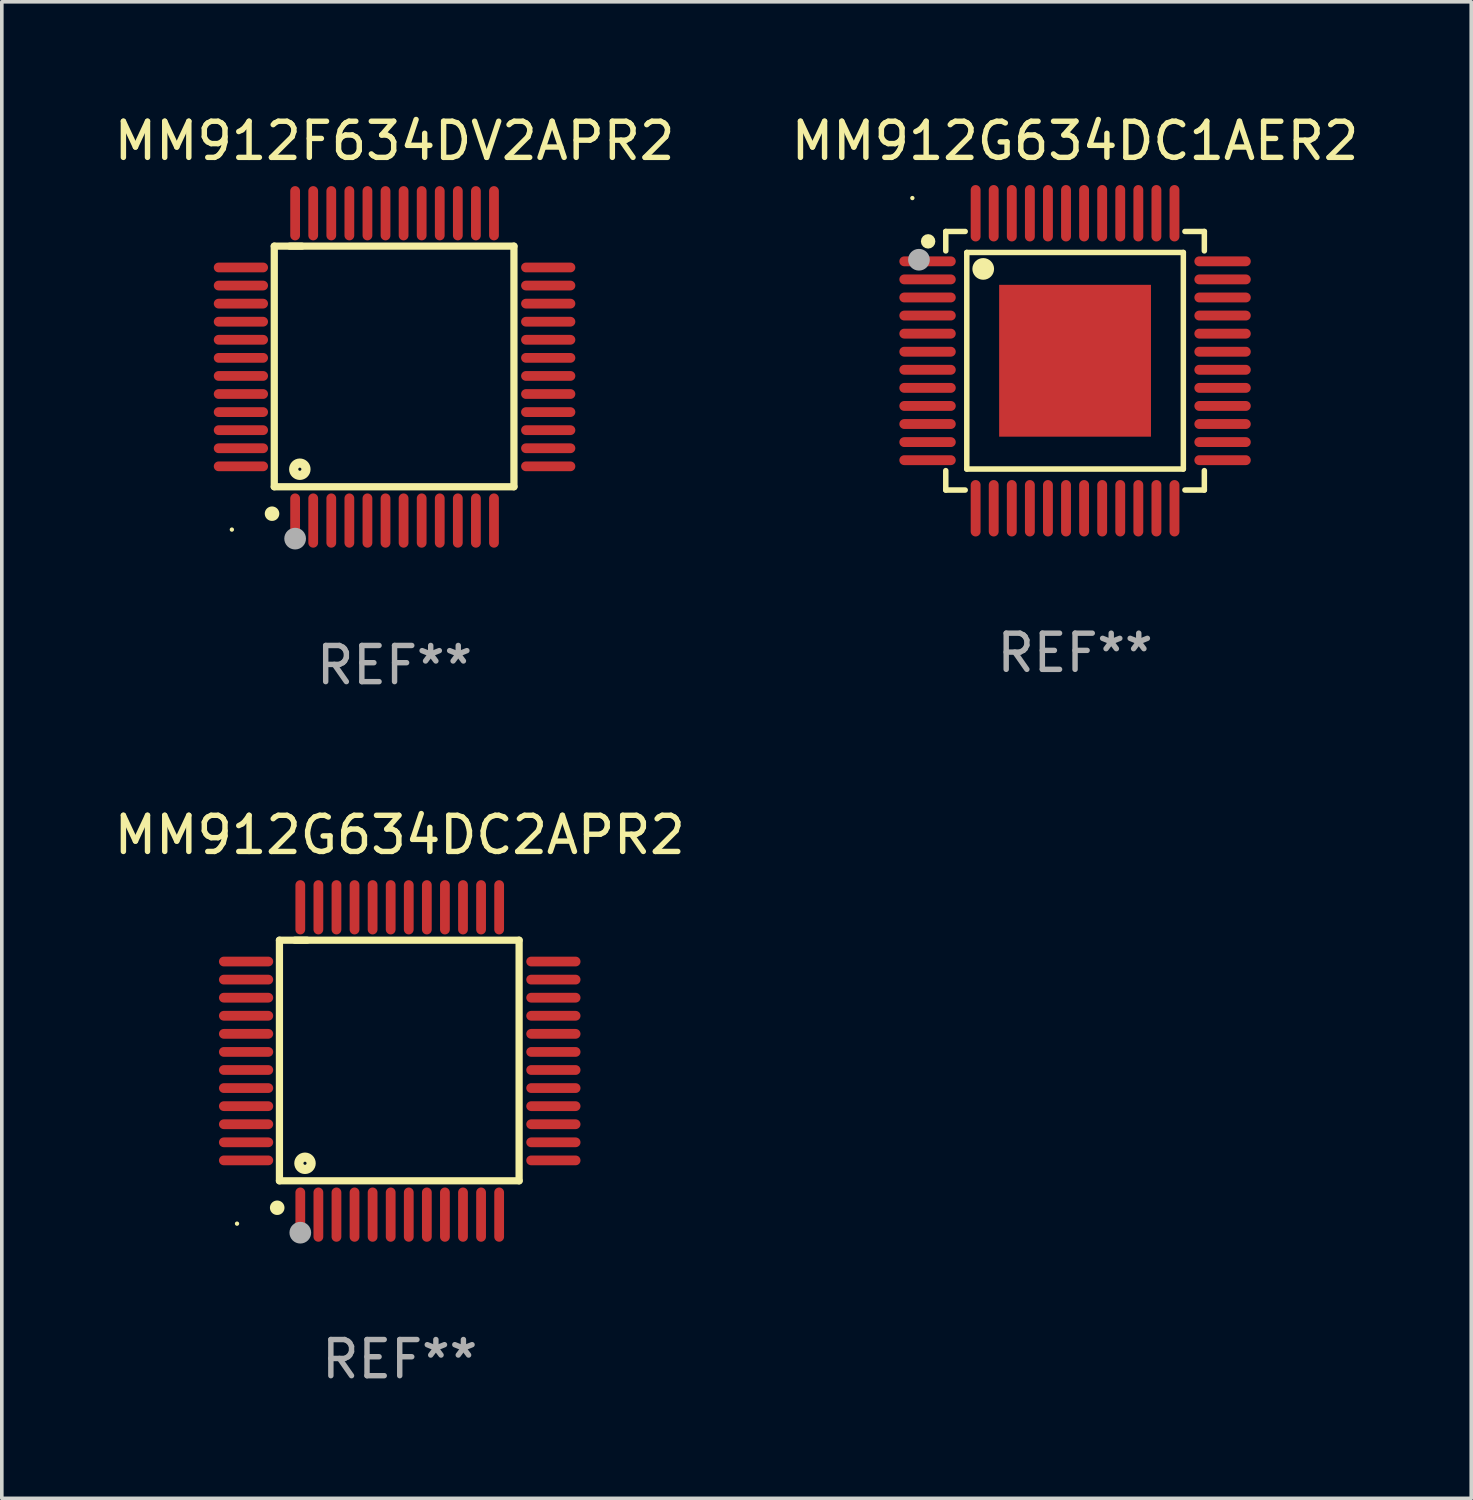
<source format=kicad_pcb>
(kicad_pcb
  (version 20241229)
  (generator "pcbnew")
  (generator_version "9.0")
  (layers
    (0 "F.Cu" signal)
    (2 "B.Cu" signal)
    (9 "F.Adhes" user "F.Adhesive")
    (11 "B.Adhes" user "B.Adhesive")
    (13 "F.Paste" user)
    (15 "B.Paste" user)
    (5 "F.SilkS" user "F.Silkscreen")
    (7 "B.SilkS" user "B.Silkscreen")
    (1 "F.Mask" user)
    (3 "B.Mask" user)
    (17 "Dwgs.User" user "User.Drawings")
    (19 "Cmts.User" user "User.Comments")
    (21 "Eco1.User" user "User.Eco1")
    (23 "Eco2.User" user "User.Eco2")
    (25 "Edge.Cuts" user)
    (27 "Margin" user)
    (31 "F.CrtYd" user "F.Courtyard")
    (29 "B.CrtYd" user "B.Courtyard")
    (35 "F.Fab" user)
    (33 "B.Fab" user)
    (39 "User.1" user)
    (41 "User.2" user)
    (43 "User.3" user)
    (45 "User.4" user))
  (footprint "MM912F634DV2APR2"
    (layer "F.Cu")
    (at 7.863 7.098)
    (property "Reference" "MM912F634DV2APR2" (at 0 -6.25 0) (layer "F.SilkS") (effects (font (size 1 1) (thickness 0.15))))
    (attr through_hole)
    (fp_line (start -3.327 -3.34) (end -2.565 -3.34) (stroke (width 0.2) (type solid)) (layer "F.SilkS"))
    (fp_line (start -3.327 3.315) (end -3.327 -3.34) (stroke (width 0.2) (type solid)) (layer "F.SilkS"))
    (fp_line (start -2.896 -3.34) (end 3.302 -3.34) (stroke (width 0.2) (type solid)) (layer "F.SilkS"))
    (fp_line (start 3.302 -3.34) (end 3.302 3.315) (stroke (width 0.2) (type solid)) (layer "F.SilkS"))
    (fp_line (start 3.302 3.315) (end -3.327 3.315) (stroke (width 0.2) (type solid)) (layer "F.SilkS"))
    (fp_arc (start -3.389992 4.059995) (mid -3.388722 4.059991) (end -3.387452 4.059995) (stroke (width 0.4) (type solid)) (layer "F.SilkS"))
    (fp_circle (center -4.5 4.5) (end -4.47 4.5) (stroke (width 0.06) (type solid)) (fill no) (layer "F.SilkS"))
    (fp_circle (center -2.62 2.83) (end -2.45 2.83) (stroke (width 0.254) (type solid)) (fill no) (layer "F.SilkS"))
    (fp_circle (center -2.75 4.75) (end -2.6 4.75) (stroke (width 0.3) (type solid)) (fill no) (layer "F.Fab"))
    (fp_text user "REF**" (at 0 8.25 0) (layer "F.Fab") (effects (font (size 1 1) (thickness 0.15))))
    (pad "1" smd oval (at -2.75 4.25) (size 0.27 1.5) (layers "F.Cu" "F.Mask" "F.Paste"))
    (pad "2" smd oval (at -2.25 4.25) (size 0.27 1.5) (layers "F.Cu" "F.Mask" "F.Paste"))
    (pad "3" smd oval (at -1.75 4.25) (size 0.27 1.5) (layers "F.Cu" "F.Mask" "F.Paste"))
    (pad "4" smd oval (at -1.25 4.25) (size 0.27 1.5) (layers "F.Cu" "F.Mask" "F.Paste"))
    (pad "5" smd oval (at -0.75 4.25) (size 0.27 1.5) (layers "F.Cu" "F.Mask" "F.Paste"))
    (pad "6" smd oval (at -0.25 4.25) (size 0.27 1.5) (layers "F.Cu" "F.Mask" "F.Paste"))
    (pad "7" smd oval (at 0.25 4.25) (size 0.27 1.5) (layers "F.Cu" "F.Mask" "F.Paste"))
    (pad "8" smd oval (at 0.75 4.25) (size 0.27 1.5) (layers "F.Cu" "F.Mask" "F.Paste"))
    (pad "9" smd oval (at 1.25 4.25) (size 0.27 1.5) (layers "F.Cu" "F.Mask" "F.Paste"))
    (pad "10" smd oval (at 1.75 4.25) (size 0.27 1.5) (layers "F.Cu" "F.Mask" "F.Paste"))
    (pad "11" smd oval (at 2.25 4.25) (size 0.27 1.5) (layers "F.Cu" "F.Mask" "F.Paste"))
    (pad "12" smd oval (at 2.75 4.25) (size 0.27 1.5) (layers "F.Cu" "F.Mask" "F.Paste"))
    (pad "13" smd oval (at 4.25 2.75) (size 1.5 0.27) (layers "F.Cu" "F.Mask" "F.Paste"))
    (pad "14" smd oval (at 4.25 2.25) (size 1.5 0.27) (layers "F.Cu" "F.Mask" "F.Paste"))
    (pad "15" smd oval (at 4.25 1.75) (size 1.5 0.27) (layers "F.Cu" "F.Mask" "F.Paste"))
    (pad "16" smd oval (at 4.25 1.25) (size 1.5 0.27) (layers "F.Cu" "F.Mask" "F.Paste"))
    (pad "17" smd oval (at 4.25 0.75) (size 1.5 0.27) (layers "F.Cu" "F.Mask" "F.Paste"))
    (pad "18" smd oval (at 4.25 0.25) (size 1.5 0.27) (layers "F.Cu" "F.Mask" "F.Paste"))
    (pad "19" smd oval (at 4.25 -0.25) (size 1.5 0.27) (layers "F.Cu" "F.Mask" "F.Paste"))
    (pad "20" smd oval (at 4.25 -0.75) (size 1.5 0.27) (layers "F.Cu" "F.Mask" "F.Paste"))
    (pad "21" smd oval (at 4.25 -1.25) (size 1.5 0.27) (layers "F.Cu" "F.Mask" "F.Paste"))
    (pad "22" smd oval (at 4.25 -1.75) (size 1.5 0.27) (layers "F.Cu" "F.Mask" "F.Paste"))
    (pad "23" smd oval (at 4.25 -2.25) (size 1.5 0.27) (layers "F.Cu" "F.Mask" "F.Paste"))
    (pad "24" smd oval (at 4.25 -2.75) (size 1.5 0.27) (layers "F.Cu" "F.Mask" "F.Paste"))
    (pad "25" smd oval (at 2.75 -4.25) (size 0.27 1.5) (layers "F.Cu" "F.Mask" "F.Paste"))
    (pad "26" smd oval (at 2.25 -4.25) (size 0.27 1.5) (layers "F.Cu" "F.Mask" "F.Paste"))
    (pad "27" smd oval (at 1.75 -4.25) (size 0.27 1.5) (layers "F.Cu" "F.Mask" "F.Paste"))
    (pad "28" smd oval (at 1.25 -4.25) (size 0.27 1.5) (layers "F.Cu" "F.Mask" "F.Paste"))
    (pad "29" smd oval (at 0.75 -4.25) (size 0.27 1.5) (layers "F.Cu" "F.Mask" "F.Paste"))
    (pad "30" smd oval (at 0.25 -4.25) (size 0.27 1.5) (layers "F.Cu" "F.Mask" "F.Paste"))
    (pad "31" smd oval (at -0.25 -4.25) (size 0.27 1.5) (layers "F.Cu" "F.Mask" "F.Paste"))
    (pad "32" smd oval (at -0.75 -4.25) (size 0.27 1.5) (layers "F.Cu" "F.Mask" "F.Paste"))
    (pad "33" smd oval (at -1.25 -4.25) (size 0.27 1.5) (layers "F.Cu" "F.Mask" "F.Paste"))
    (pad "34" smd oval (at -1.75 -4.25) (size 0.27 1.5) (layers "F.Cu" "F.Mask" "F.Paste"))
    (pad "35" smd oval (at -2.25 -4.25) (size 0.27 1.5) (layers "F.Cu" "F.Mask" "F.Paste"))
    (pad "36" smd oval (at -2.75 -4.25) (size 0.27 1.5) (layers "F.Cu" "F.Mask" "F.Paste"))
    (pad "37" smd oval (at -4.25 -2.75) (size 1.5 0.27) (layers "F.Cu" "F.Mask" "F.Paste"))
    (pad "38" smd oval (at -4.25 -2.25) (size 1.5 0.27) (layers "F.Cu" "F.Mask" "F.Paste"))
    (pad "39" smd oval (at -4.25 -1.75) (size 1.5 0.27) (layers "F.Cu" "F.Mask" "F.Paste"))
    (pad "40" smd oval (at -4.25 -1.25) (size 1.5 0.27) (layers "F.Cu" "F.Mask" "F.Paste"))
    (pad "41" smd oval (at -4.25 -0.75) (size 1.5 0.27) (layers "F.Cu" "F.Mask" "F.Paste"))
    (pad "42" smd oval (at -4.25 -0.25) (size 1.5 0.27) (layers "F.Cu" "F.Mask" "F.Paste"))
    (pad "43" smd oval (at -4.25 0.25) (size 1.5 0.27) (layers "F.Cu" "F.Mask" "F.Paste"))
    (pad "44" smd oval (at -4.25 0.75) (size 1.5 0.27) (layers "F.Cu" "F.Mask" "F.Paste"))
    (pad "45" smd oval (at -4.25 1.25) (size 1.5 0.27) (layers "F.Cu" "F.Mask" "F.Paste"))
    (pad "46" smd oval (at -4.25 1.75) (size 1.5 0.27) (layers "F.Cu" "F.Mask" "F.Paste"))
    (pad "47" smd oval (at -4.25 2.25) (size 1.5 0.27) (layers "F.Cu" "F.Mask" "F.Paste"))
    (pad "48" smd oval (at -4.25 2.75) (size 1.5 0.27) (layers "F.Cu" "F.Mask" "F.Paste")))
  (footprint "MM912G634DC2APR2"
    (layer "F.Cu")
    (at 8.006 26.295)
    (property "Reference" "MM912G634DC2APR2" (at 0 -6.25 0) (layer "F.SilkS") (effects (font (size 1 1) (thickness 0.15))))
    (attr through_hole)
    (fp_line (start -3.327 -3.34) (end -2.565 -3.34) (stroke (width 0.2) (type solid)) (layer "F.SilkS"))
    (fp_line (start -3.327 3.315) (end -3.327 -3.34) (stroke (width 0.2) (type solid)) (layer "F.SilkS"))
    (fp_line (start -2.896 -3.34) (end 3.302 -3.34) (stroke (width 0.2) (type solid)) (layer "F.SilkS"))
    (fp_line (start 3.302 -3.34) (end 3.302 3.315) (stroke (width 0.2) (type solid)) (layer "F.SilkS"))
    (fp_line (start 3.302 3.315) (end -3.327 3.315) (stroke (width 0.2) (type solid)) (layer "F.SilkS"))
    (fp_arc (start -3.389992 4.059995) (mid -3.388722 4.059991) (end -3.387452 4.059995) (stroke (width 0.4) (type solid)) (layer "F.SilkS"))
    (fp_circle (center -4.5 4.5) (end -4.47 4.5) (stroke (width 0.06) (type solid)) (fill no) (layer "F.SilkS"))
    (fp_circle (center -2.62 2.83) (end -2.45 2.83) (stroke (width 0.254) (type solid)) (fill no) (layer "F.SilkS"))
    (fp_circle (center -2.75 4.75) (end -2.6 4.75) (stroke (width 0.3) (type solid)) (fill no) (layer "F.Fab"))
    (fp_text user "REF**" (at 0 8.25 0) (layer "F.Fab") (effects (font (size 1 1) (thickness 0.15))))
    (pad "1" smd oval (at -2.75 4.25) (size 0.27 1.5) (layers "F.Cu" "F.Mask" "F.Paste"))
    (pad "2" smd oval (at -2.25 4.25) (size 0.27 1.5) (layers "F.Cu" "F.Mask" "F.Paste"))
    (pad "3" smd oval (at -1.75 4.25) (size 0.27 1.5) (layers "F.Cu" "F.Mask" "F.Paste"))
    (pad "4" smd oval (at -1.25 4.25) (size 0.27 1.5) (layers "F.Cu" "F.Mask" "F.Paste"))
    (pad "5" smd oval (at -0.75 4.25) (size 0.27 1.5) (layers "F.Cu" "F.Mask" "F.Paste"))
    (pad "6" smd oval (at -0.25 4.25) (size 0.27 1.5) (layers "F.Cu" "F.Mask" "F.Paste"))
    (pad "7" smd oval (at 0.25 4.25) (size 0.27 1.5) (layers "F.Cu" "F.Mask" "F.Paste"))
    (pad "8" smd oval (at 0.75 4.25) (size 0.27 1.5) (layers "F.Cu" "F.Mask" "F.Paste"))
    (pad "9" smd oval (at 1.25 4.25) (size 0.27 1.5) (layers "F.Cu" "F.Mask" "F.Paste"))
    (pad "10" smd oval (at 1.75 4.25) (size 0.27 1.5) (layers "F.Cu" "F.Mask" "F.Paste"))
    (pad "11" smd oval (at 2.25 4.25) (size 0.27 1.5) (layers "F.Cu" "F.Mask" "F.Paste"))
    (pad "12" smd oval (at 2.75 4.25) (size 0.27 1.5) (layers "F.Cu" "F.Mask" "F.Paste"))
    (pad "13" smd oval (at 4.25 2.75) (size 1.5 0.27) (layers "F.Cu" "F.Mask" "F.Paste"))
    (pad "14" smd oval (at 4.25 2.25) (size 1.5 0.27) (layers "F.Cu" "F.Mask" "F.Paste"))
    (pad "15" smd oval (at 4.25 1.75) (size 1.5 0.27) (layers "F.Cu" "F.Mask" "F.Paste"))
    (pad "16" smd oval (at 4.25 1.25) (size 1.5 0.27) (layers "F.Cu" "F.Mask" "F.Paste"))
    (pad "17" smd oval (at 4.25 0.75) (size 1.5 0.27) (layers "F.Cu" "F.Mask" "F.Paste"))
    (pad "18" smd oval (at 4.25 0.25) (size 1.5 0.27) (layers "F.Cu" "F.Mask" "F.Paste"))
    (pad "19" smd oval (at 4.25 -0.25) (size 1.5 0.27) (layers "F.Cu" "F.Mask" "F.Paste"))
    (pad "20" smd oval (at 4.25 -0.75) (size 1.5 0.27) (layers "F.Cu" "F.Mask" "F.Paste"))
    (pad "21" smd oval (at 4.25 -1.25) (size 1.5 0.27) (layers "F.Cu" "F.Mask" "F.Paste"))
    (pad "22" smd oval (at 4.25 -1.75) (size 1.5 0.27) (layers "F.Cu" "F.Mask" "F.Paste"))
    (pad "23" smd oval (at 4.25 -2.25) (size 1.5 0.27) (layers "F.Cu" "F.Mask" "F.Paste"))
    (pad "24" smd oval (at 4.25 -2.75) (size 1.5 0.27) (layers "F.Cu" "F.Mask" "F.Paste"))
    (pad "25" smd oval (at 2.75 -4.25) (size 0.27 1.5) (layers "F.Cu" "F.Mask" "F.Paste"))
    (pad "26" smd oval (at 2.25 -4.25) (size 0.27 1.5) (layers "F.Cu" "F.Mask" "F.Paste"))
    (pad "27" smd oval (at 1.75 -4.25) (size 0.27 1.5) (layers "F.Cu" "F.Mask" "F.Paste"))
    (pad "28" smd oval (at 1.25 -4.25) (size 0.27 1.5) (layers "F.Cu" "F.Mask" "F.Paste"))
    (pad "29" smd oval (at 0.75 -4.25) (size 0.27 1.5) (layers "F.Cu" "F.Mask" "F.Paste"))
    (pad "30" smd oval (at 0.25 -4.25) (size 0.27 1.5) (layers "F.Cu" "F.Mask" "F.Paste"))
    (pad "31" smd oval (at -0.25 -4.25) (size 0.27 1.5) (layers "F.Cu" "F.Mask" "F.Paste"))
    (pad "32" smd oval (at -0.75 -4.25) (size 0.27 1.5) (layers "F.Cu" "F.Mask" "F.Paste"))
    (pad "33" smd oval (at -1.25 -4.25) (size 0.27 1.5) (layers "F.Cu" "F.Mask" "F.Paste"))
    (pad "34" smd oval (at -1.75 -4.25) (size 0.27 1.5) (layers "F.Cu" "F.Mask" "F.Paste"))
    (pad "35" smd oval (at -2.25 -4.25) (size 0.27 1.5) (layers "F.Cu" "F.Mask" "F.Paste"))
    (pad "36" smd oval (at -2.75 -4.25) (size 0.27 1.5) (layers "F.Cu" "F.Mask" "F.Paste"))
    (pad "37" smd oval (at -4.25 -2.75) (size 1.5 0.27) (layers "F.Cu" "F.Mask" "F.Paste"))
    (pad "38" smd oval (at -4.25 -2.25) (size 1.5 0.27) (layers "F.Cu" "F.Mask" "F.Paste"))
    (pad "39" smd oval (at -4.25 -1.75) (size 1.5 0.27) (layers "F.Cu" "F.Mask" "F.Paste"))
    (pad "40" smd oval (at -4.25 -1.25) (size 1.5 0.27) (layers "F.Cu" "F.Mask" "F.Paste"))
    (pad "41" smd oval (at -4.25 -0.75) (size 1.5 0.27) (layers "F.Cu" "F.Mask" "F.Paste"))
    (pad "42" smd oval (at -4.25 -0.25) (size 1.5 0.27) (layers "F.Cu" "F.Mask" "F.Paste"))
    (pad "43" smd oval (at -4.25 0.25) (size 1.5 0.27) (layers "F.Cu" "F.Mask" "F.Paste"))
    (pad "44" smd oval (at -4.25 0.75) (size 1.5 0.27) (layers "F.Cu" "F.Mask" "F.Paste"))
    (pad "45" smd oval (at -4.25 1.25) (size 1.5 0.27) (layers "F.Cu" "F.Mask" "F.Paste"))
    (pad "46" smd oval (at -4.25 1.75) (size 1.5 0.27) (layers "F.Cu" "F.Mask" "F.Paste"))
    (pad "47" smd oval (at -4.25 2.25) (size 1.5 0.27) (layers "F.Cu" "F.Mask" "F.Paste"))
    (pad "48" smd oval (at -4.25 2.75) (size 1.5 0.27) (layers "F.Cu" "F.Mask" "F.Paste")))
  (footprint "MM912G634DC1AER2"
    (layer "F.Cu")
    (at 26.685 6.928)
    (property "Reference" "MM912G634DC1AER2" (at 0 -6.08 0) (layer "F.SilkS") (effects (font (size 1 1) (thickness 0.15))))
    (attr through_hole)
    (fp_line (start -3.576 -3.576) (end -3.039 -3.576) (stroke (width 0.152) (type solid)) (layer "F.SilkS"))
    (fp_line (start -3.576 -3.039) (end -3.576 -3.576) (stroke (width 0.152) (type solid)) (layer "F.SilkS"))
    (fp_line (start -3.576 3.039) (end -3.576 3.576) (stroke (width 0.152) (type solid)) (layer "F.SilkS"))
    (fp_line (start -3.576 3.576) (end -3.039 3.576) (stroke (width 0.152) (type solid)) (layer "F.SilkS"))
    (fp_line (start -2.995 -2.995) (end 2.995 -2.995) (stroke (width 0.152) (type solid)) (layer "F.SilkS"))
    (fp_line (start -2.995 2.995) (end -2.995 -2.995) (stroke (width 0.152) (type solid)) (layer "F.SilkS"))
    (fp_line (start 2.995 -2.995) (end 2.995 2.995) (stroke (width 0.152) (type solid)) (layer "F.SilkS"))
    (fp_line (start 2.995 2.995) (end -2.995 2.995) (stroke (width 0.152) (type solid)) (layer "F.SilkS"))
    (fp_line (start 3.576 -3.576) (end 3.039 -3.576) (stroke (width 0.152) (type solid)) (layer "F.SilkS"))
    (fp_line (start 3.576 -3.039) (end 3.576 -3.576) (stroke (width 0.152) (type solid)) (layer "F.SilkS"))
    (fp_line (start 3.576 3.039) (end 3.576 3.576) (stroke (width 0.152) (type solid)) (layer "F.SilkS"))
    (fp_line (start 3.576 3.576) (end 3.039 3.576) (stroke (width 0.152) (type solid)) (layer "F.SilkS"))
    (fp_circle (center -4.5 -4.5) (end -4.47 -4.5) (stroke (width 0.06) (type solid)) (fill no) (layer "F.SilkS"))
    (fp_circle (center -4.064 -3.302) (end -3.964 -3.302) (stroke (width 0.2) (type solid)) (fill no) (layer "F.SilkS"))
    (fp_circle (center -2.54 -2.54) (end -2.39 -2.54) (stroke (width 0.3) (type solid)) (fill no) (layer "F.SilkS"))
    (fp_circle (center -4.318 -2.794) (end -4.168 -2.794) (stroke (width 0.3) (type solid)) (fill no) (layer "F.Fab"))
    (fp_text user "REF**" (at 0 8.08 0) (layer "F.Fab") (effects (font (size 1 1) (thickness 0.15))))
    (pad "1" smd oval (at -4.08 -2.75) (size 1.56 0.273) (layers "F.Cu" "F.Mask" "F.Paste"))
    (pad "2" smd oval (at -4.08 -2.25) (size 1.56 0.273) (layers "F.Cu" "F.Mask" "F.Paste"))
    (pad "3" smd oval (at -4.08 -1.75) (size 1.56 0.273) (layers "F.Cu" "F.Mask" "F.Paste"))
    (pad "4" smd oval (at -4.08 -1.25) (size 1.56 0.273) (layers "F.Cu" "F.Mask" "F.Paste"))
    (pad "5" smd oval (at -4.08 -0.75) (size 1.56 0.273) (layers "F.Cu" "F.Mask" "F.Paste"))
    (pad "6" smd oval (at -4.08 -0.25) (size 1.56 0.273) (layers "F.Cu" "F.Mask" "F.Paste"))
    (pad "7" smd oval (at -4.08 0.25) (size 1.56 0.273) (layers "F.Cu" "F.Mask" "F.Paste"))
    (pad "8" smd oval (at -4.08 0.75) (size 1.56 0.273) (layers "F.Cu" "F.Mask" "F.Paste"))
    (pad "9" smd oval (at -4.08 1.25) (size 1.56 0.273) (layers "F.Cu" "F.Mask" "F.Paste"))
    (pad "10" smd oval (at -4.08 1.75) (size 1.56 0.273) (layers "F.Cu" "F.Mask" "F.Paste"))
    (pad "11" smd oval (at -4.08 2.25) (size 1.56 0.273) (layers "F.Cu" "F.Mask" "F.Paste"))
    (pad "12" smd oval (at -4.08 2.75) (size 1.56 0.273) (layers "F.Cu" "F.Mask" "F.Paste"))
    (pad "13" smd oval (at -2.75 4.08) (size 0.273 1.56) (layers "F.Cu" "F.Mask" "F.Paste"))
    (pad "14" smd oval (at -2.25 4.08) (size 0.273 1.56) (layers "F.Cu" "F.Mask" "F.Paste"))
    (pad "15" smd oval (at -1.75 4.08) (size 0.273 1.56) (layers "F.Cu" "F.Mask" "F.Paste"))
    (pad "16" smd oval (at -1.25 4.08) (size 0.273 1.56) (layers "F.Cu" "F.Mask" "F.Paste"))
    (pad "17" smd oval (at -0.75 4.08) (size 0.273 1.56) (layers "F.Cu" "F.Mask" "F.Paste"))
    (pad "18" smd oval (at -0.25 4.08) (size 0.273 1.56) (layers "F.Cu" "F.Mask" "F.Paste"))
    (pad "19" smd oval (at 0.25 4.08) (size 0.273 1.56) (layers "F.Cu" "F.Mask" "F.Paste"))
    (pad "20" smd oval (at 0.75 4.08) (size 0.273 1.56) (layers "F.Cu" "F.Mask" "F.Paste"))
    (pad "21" smd oval (at 1.25 4.08) (size 0.273 1.56) (layers "F.Cu" "F.Mask" "F.Paste"))
    (pad "22" smd oval (at 1.75 4.08) (size 0.273 1.56) (layers "F.Cu" "F.Mask" "F.Paste"))
    (pad "23" smd oval (at 2.25 4.08) (size 0.273 1.56) (layers "F.Cu" "F.Mask" "F.Paste"))
    (pad "24" smd oval (at 2.75 4.08) (size 0.273 1.56) (layers "F.Cu" "F.Mask" "F.Paste"))
    (pad "25" smd oval (at 4.08 2.75) (size 1.56 0.273) (layers "F.Cu" "F.Mask" "F.Paste"))
    (pad "26" smd oval (at 4.08 2.25) (size 1.56 0.273) (layers "F.Cu" "F.Mask" "F.Paste"))
    (pad "27" smd oval (at 4.08 1.75) (size 1.56 0.273) (layers "F.Cu" "F.Mask" "F.Paste"))
    (pad "28" smd oval (at 4.08 1.25) (size 1.56 0.273) (layers "F.Cu" "F.Mask" "F.Paste"))
    (pad "29" smd oval (at 4.08 0.75) (size 1.56 0.273) (layers "F.Cu" "F.Mask" "F.Paste"))
    (pad "30" smd oval (at 4.08 0.25) (size 1.56 0.273) (layers "F.Cu" "F.Mask" "F.Paste"))
    (pad "31" smd oval (at 4.08 -0.25) (size 1.56 0.273) (layers "F.Cu" "F.Mask" "F.Paste"))
    (pad "32" smd oval (at 4.08 -0.75) (size 1.56 0.273) (layers "F.Cu" "F.Mask" "F.Paste"))
    (pad "33" smd oval (at 4.08 -1.25) (size 1.56 0.273) (layers "F.Cu" "F.Mask" "F.Paste"))
    (pad "34" smd oval (at 4.08 -1.75) (size 1.56 0.273) (layers "F.Cu" "F.Mask" "F.Paste"))
    (pad "35" smd oval (at 4.08 -2.25) (size 1.56 0.273) (layers "F.Cu" "F.Mask" "F.Paste"))
    (pad "36" smd oval (at 4.08 -2.75) (size 1.56 0.273) (layers "F.Cu" "F.Mask" "F.Paste"))
    (pad "37" smd oval (at 2.75 -4.08) (size 0.273 1.56) (layers "F.Cu" "F.Mask" "F.Paste"))
    (pad "38" smd oval (at 2.25 -4.08) (size 0.273 1.56) (layers "F.Cu" "F.Mask" "F.Paste"))
    (pad "39" smd oval (at 1.75 -4.08) (size 0.273 1.56) (layers "F.Cu" "F.Mask" "F.Paste"))
    (pad "40" smd oval (at 1.25 -4.08) (size 0.273 1.56) (layers "F.Cu" "F.Mask" "F.Paste"))
    (pad "41" smd oval (at 0.75 -4.08) (size 0.273 1.56) (layers "F.Cu" "F.Mask" "F.Paste"))
    (pad "42" smd oval (at 0.25 -4.08) (size 0.273 1.56) (layers "F.Cu" "F.Mask" "F.Paste"))
    (pad "43" smd oval (at -0.25 -4.08) (size 0.273 1.56) (layers "F.Cu" "F.Mask" "F.Paste"))
    (pad "44" smd oval (at -0.75 -4.08) (size 0.273 1.56) (layers "F.Cu" "F.Mask" "F.Paste"))
    (pad "45" smd oval (at -1.25 -4.08) (size 0.273 1.56) (layers "F.Cu" "F.Mask" "F.Paste"))
    (pad "46" smd oval (at -1.75 -4.08) (size 0.273 1.56) (layers "F.Cu" "F.Mask" "F.Paste"))
    (pad "47" smd oval (at -2.25 -4.08) (size 0.273 1.56) (layers "F.Cu" "F.Mask" "F.Paste"))
    (pad "48" smd oval (at -2.75 -4.08) (size 0.273 1.56) (layers "F.Cu" "F.Mask" "F.Paste"))
    (pad "49" smd rect (at 0 0) (size 4.2 4.2) (layers "F.Cu" "F.Mask" "F.Paste")))
  (gr_rect
    (start -3 -3)
    (end 37.643 38.393)
    (stroke (width 0.1) (type default))
    (fill no)
    (layer "Edge.Cuts")))
</source>
